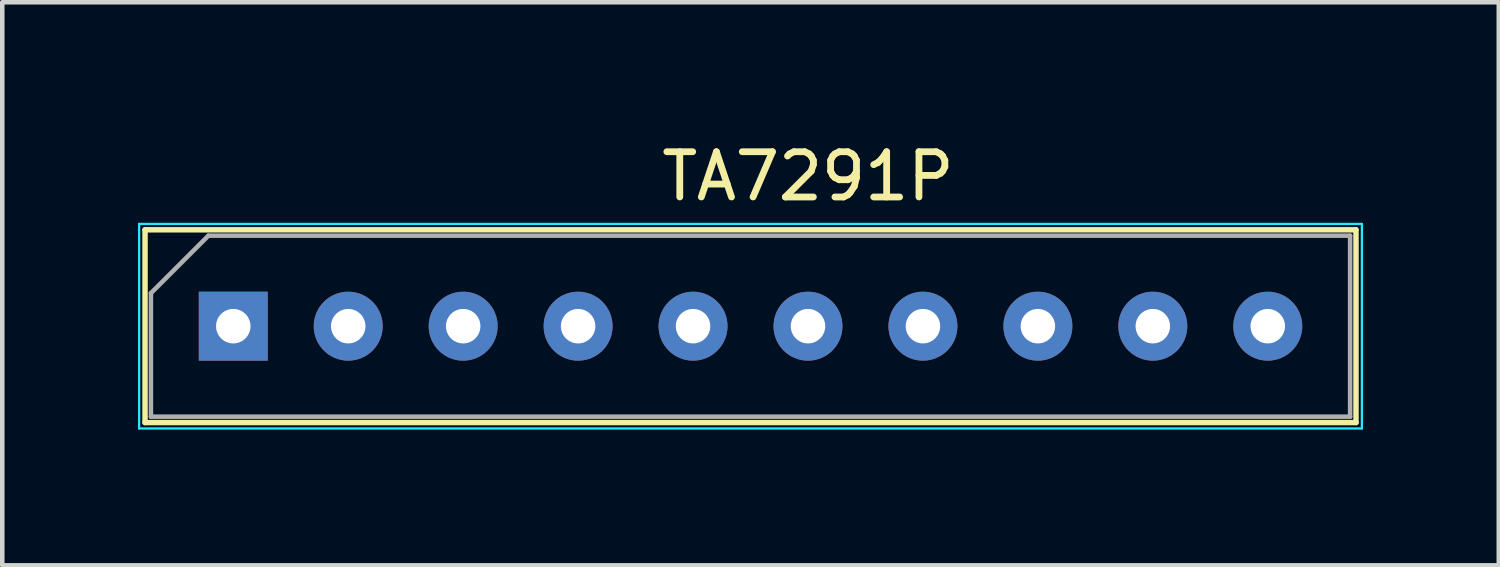
<source format=kicad_pcb>
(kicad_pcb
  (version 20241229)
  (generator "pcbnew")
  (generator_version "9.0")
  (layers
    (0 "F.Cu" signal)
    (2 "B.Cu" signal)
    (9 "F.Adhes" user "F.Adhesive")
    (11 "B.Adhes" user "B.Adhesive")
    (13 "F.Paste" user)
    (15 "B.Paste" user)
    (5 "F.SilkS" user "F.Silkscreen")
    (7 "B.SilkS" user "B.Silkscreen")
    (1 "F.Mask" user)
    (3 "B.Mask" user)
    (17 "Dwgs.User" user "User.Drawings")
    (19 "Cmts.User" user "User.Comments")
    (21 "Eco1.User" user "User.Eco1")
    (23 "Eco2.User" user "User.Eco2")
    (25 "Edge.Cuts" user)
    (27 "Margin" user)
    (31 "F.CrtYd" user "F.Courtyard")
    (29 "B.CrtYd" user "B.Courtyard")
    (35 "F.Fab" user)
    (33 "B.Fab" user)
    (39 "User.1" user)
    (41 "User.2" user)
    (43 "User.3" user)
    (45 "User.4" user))
  (footprint "TA7291P"
    (layer "F.Cu")
    (at 2.105 4.158)
    (property "Reference" "TA7291P" (at 12.7 -3.31 0) (layer "F.SilkS") (effects (font (size 1 1) (thickness 0.15))))
    (attr through_hole)
    (fp_line (start -1.95 -2.13) (end -1.95 2.13) (stroke (width 0.12) (type solid)) (layer "F.SilkS"))
    (fp_line (start -1.95 2.13) (end 24.81 2.13) (stroke (width 0.12) (type solid)) (layer "F.SilkS"))
    (fp_line (start 24.81 -2.13) (end -1.95 -2.13) (stroke (width 0.12) (type solid)) (layer "F.SilkS"))
    (fp_line (start 24.81 2.13) (end 24.81 -2.13) (stroke (width 0.12) (type solid)) (layer "F.SilkS"))
    (fp_line (start -2.08 -2.26) (end -2.08 2.26) (stroke (width 0.05) (type solid)) (layer "B.CrtYd"))
    (fp_line (start -2.08 2.26) (end 24.94 2.26) (stroke (width 0.05) (type solid)) (layer "B.CrtYd"))
    (fp_line (start 24.94 -2.26) (end -2.08 -2.26) (stroke (width 0.05) (type solid)) (layer "B.CrtYd"))
    (fp_line (start 24.94 2.26) (end 24.94 -2.26) (stroke (width 0.05) (type solid)) (layer "B.CrtYd"))
    (fp_line (start -1.82 -0.73) (end -1.82 2) (stroke (width 0.1) (type solid)) (layer "F.Fab"))
    (fp_line (start -1.82 -0.73) (end -0.55 -2) (stroke (width 0.1) (type solid)) (layer "F.Fab"))
    (fp_line (start -1.82 2) (end 24.68 2) (stroke (width 0.1) (type solid)) (layer "F.Fab"))
    (fp_line (start 24.68 -2) (end -0.55 -2) (stroke (width 0.1) (type solid)) (layer "F.Fab"))
    (fp_line (start 24.68 2) (end 24.68 -2) (stroke (width 0.1) (type solid)) (layer "F.Fab"))
    (pad "1" thru_hole rect (at 0 0) (size 1.524 1.524) (drill 0.762) (layers "*.Cu" "*.Mask"))
    (pad "2" thru_hole circle (at 2.54 0) (size 1.524 1.524) (drill 0.762) (layers "*.Cu" "*.Mask"))
    (pad "3" thru_hole circle (at 5.08 0) (size 1.524 1.524) (drill 0.762) (layers "*.Cu" "*.Mask"))
    (pad "4" thru_hole circle (at 7.62 0) (size 1.524 1.524) (drill 0.762) (layers "*.Cu" "*.Mask"))
    (pad "5" thru_hole circle (at 10.16 0) (size 1.524 1.524) (drill 0.762) (layers "*.Cu" "*.Mask"))
    (pad "6" thru_hole circle (at 12.7 0) (size 1.524 1.524) (drill 0.762) (layers "*.Cu" "*.Mask"))
    (pad "7" thru_hole circle (at 15.24 0) (size 1.524 1.524) (drill 0.762) (layers "*.Cu" "*.Mask"))
    (pad "8" thru_hole circle (at 17.78 0) (size 1.524 1.524) (drill 0.762) (layers "*.Cu" "*.Mask"))
    (pad "9" thru_hole circle (at 20.32 0) (size 1.524 1.524) (drill 0.762) (layers "*.Cu" "*.Mask"))
    (pad "10" thru_hole circle (at 22.86 0) (size 1.524 1.524) (drill 0.762) (layers "*.Cu" "*.Mask")))
  (gr_rect
    (start -3 -3)
    (end 30.07 9.443)
    (stroke (width 0.1) (type default))
    (fill no)
    (layer "Edge.Cuts")))
</source>
